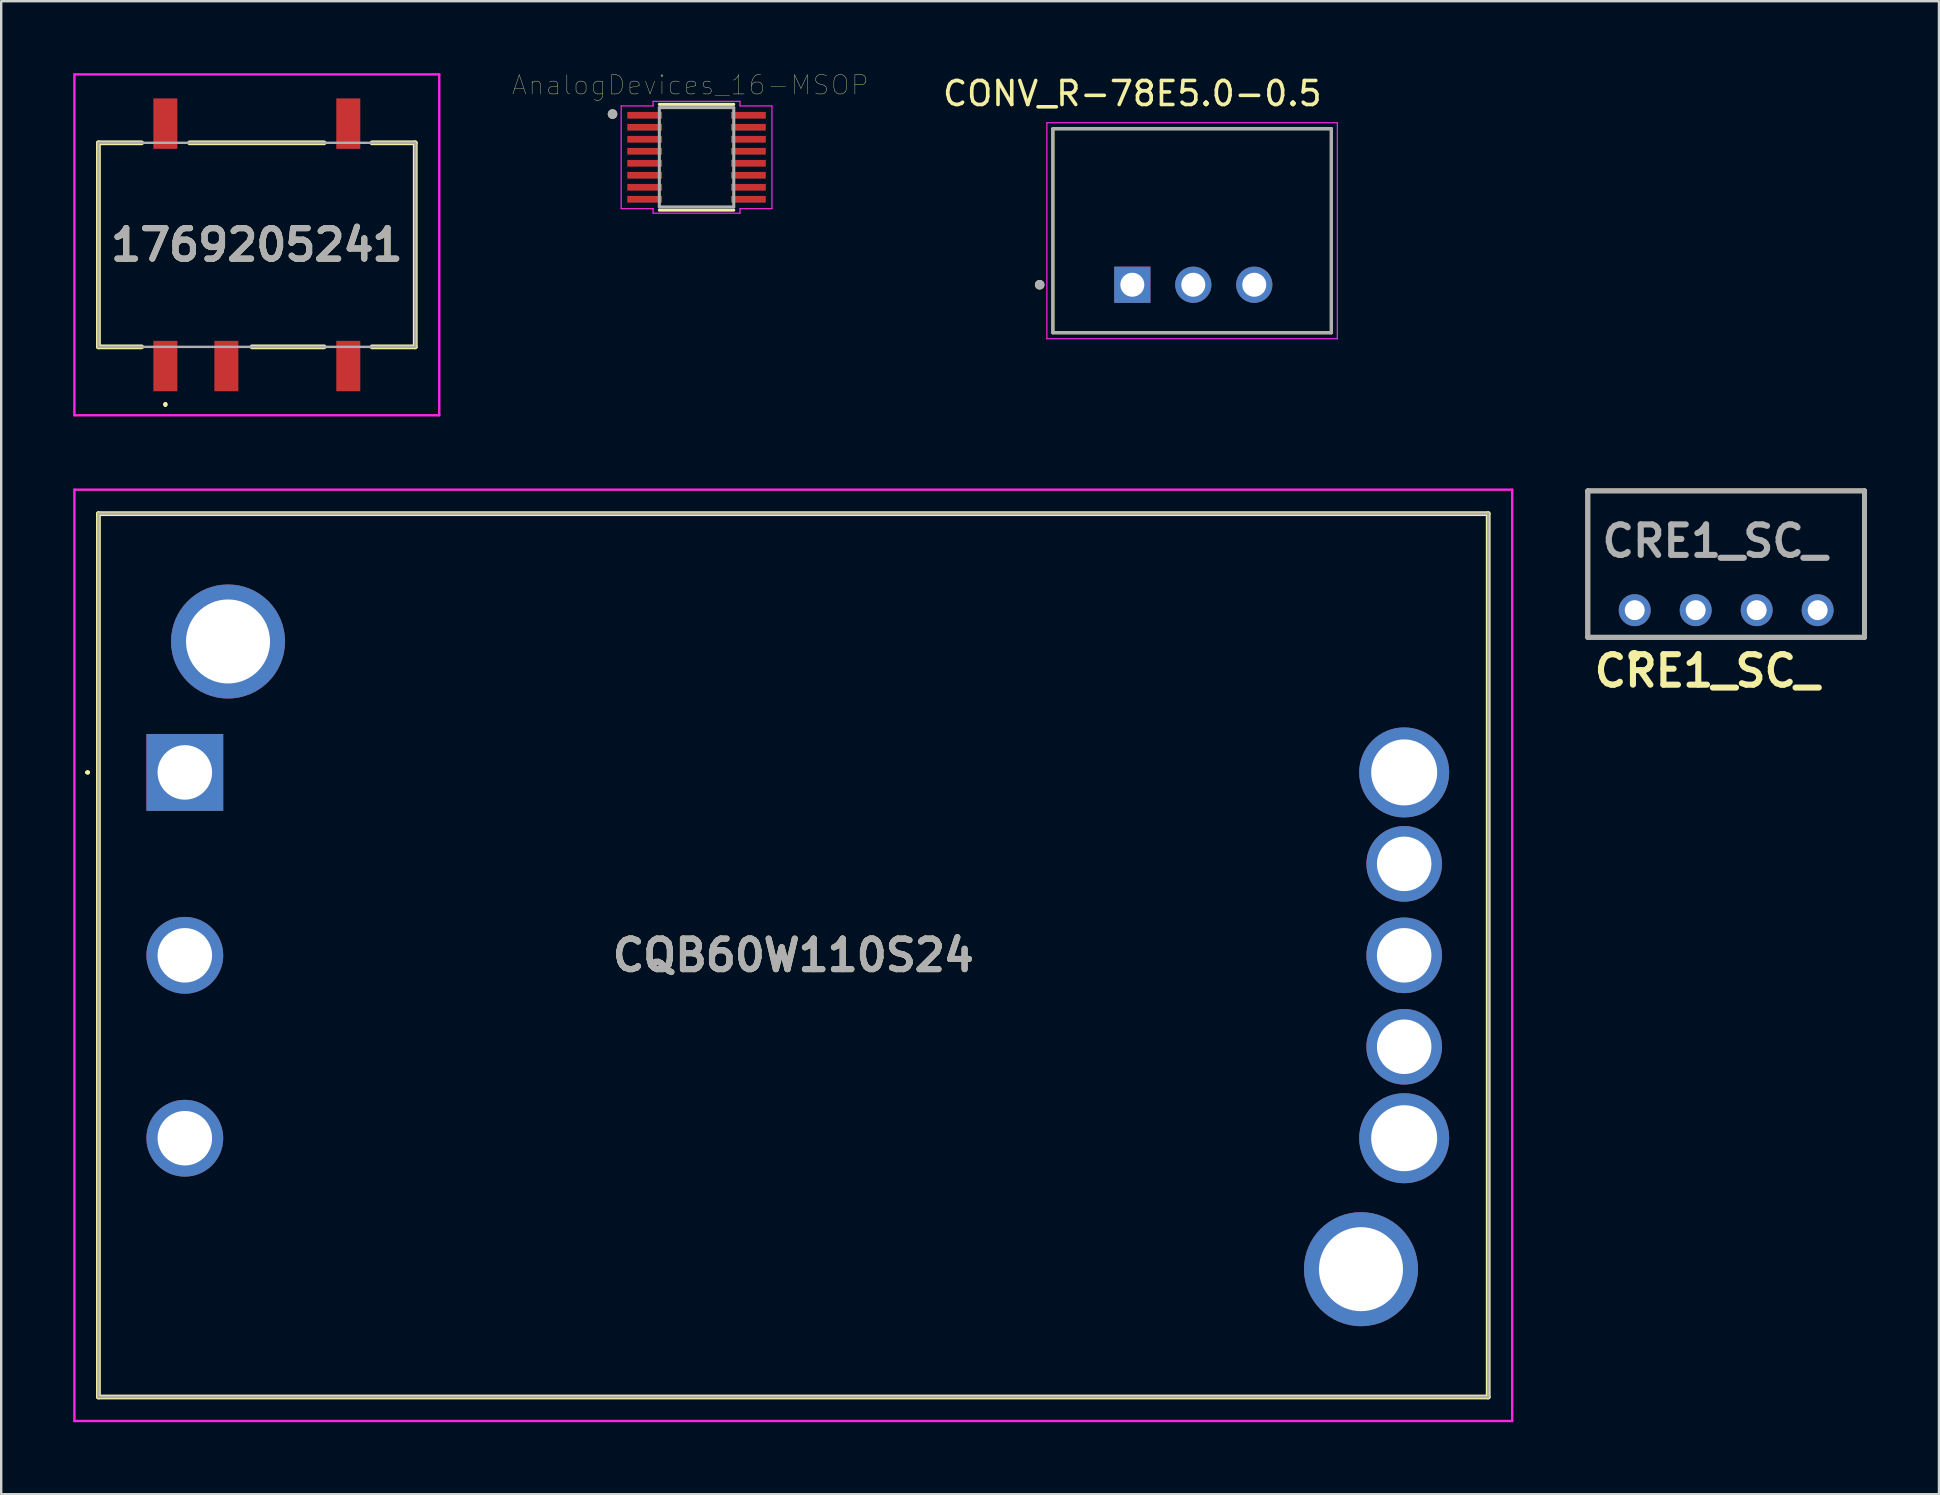
<source format=kicad_pcb>
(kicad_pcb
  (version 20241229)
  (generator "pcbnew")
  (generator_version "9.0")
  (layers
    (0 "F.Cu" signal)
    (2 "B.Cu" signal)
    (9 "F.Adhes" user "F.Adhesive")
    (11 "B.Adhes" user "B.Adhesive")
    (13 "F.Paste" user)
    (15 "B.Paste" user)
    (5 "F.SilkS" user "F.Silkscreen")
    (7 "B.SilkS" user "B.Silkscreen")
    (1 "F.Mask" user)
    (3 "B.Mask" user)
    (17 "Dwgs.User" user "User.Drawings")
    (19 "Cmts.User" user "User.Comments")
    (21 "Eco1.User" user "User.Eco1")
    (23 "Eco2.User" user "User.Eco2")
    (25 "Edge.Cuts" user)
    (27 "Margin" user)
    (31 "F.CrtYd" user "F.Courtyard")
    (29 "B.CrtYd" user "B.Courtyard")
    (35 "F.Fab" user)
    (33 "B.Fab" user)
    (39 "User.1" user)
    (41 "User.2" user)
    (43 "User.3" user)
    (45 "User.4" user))
  (footprint "1769205241"
    (layer "F.Cu")
    (at 7.65 7.15)
    (property "Reference" "1769205241" (at 0 0 0) (layer "F.SilkS") (effects (font (size 1.27 1.27) (thickness 0.254))))
    (attr smd)
    (fp_line (start -6.6 -4.25) (end -6.6 4.25) (stroke (width 0.2) (type solid)) (layer "F.SilkS"))
    (fp_line (start -6.6 4.25) (end -4.8 4.25) (stroke (width 0.2) (type solid)) (layer "F.SilkS"))
    (fp_line (start -4.8 -4.25) (end -6.6 -4.25) (stroke (width 0.2) (type solid)) (layer "F.SilkS"))
    (fp_line (start -3.81 6.6) (end -3.81 6.6) (stroke (width 0.1) (type solid)) (layer "F.SilkS"))
    (fp_line (start -3.81 6.7) (end -3.81 6.7) (stroke (width 0.1) (type solid)) (layer "F.SilkS"))
    (fp_line (start -0.2 4.25) (end 2.8 4.25) (stroke (width 0.2) (type solid)) (layer "F.SilkS"))
    (fp_line (start 2.8 -4.25) (end -2.8 -4.25) (stroke (width 0.2) (type solid)) (layer "F.SilkS"))
    (fp_line (start 4.8 4.25) (end 6.6 4.25) (stroke (width 0.2) (type solid)) (layer "F.SilkS"))
    (fp_line (start 6.6 -4.25) (end 4.8 -4.25) (stroke (width 0.2) (type solid)) (layer "F.SilkS"))
    (fp_line (start 6.6 4.25) (end 6.6 -4.25) (stroke (width 0.2) (type solid)) (layer "F.SilkS"))
    (fp_arc (start -3.81 6.6) (mid -3.76 6.65) (end -3.81 6.7) (stroke (width 0.1) (type solid)) (layer "F.SilkS"))
    (fp_arc (start -3.81 6.7) (mid -3.86 6.65) (end -3.81 6.6) (stroke (width 0.1) (type solid)) (layer "F.SilkS"))
    (fp_line (start -7.6 -7.1) (end 7.6 -7.1) (stroke (width 0.1) (type solid)) (layer "F.CrtYd"))
    (fp_line (start -7.6 7.1) (end -7.6 -7.1) (stroke (width 0.1) (type solid)) (layer "F.CrtYd"))
    (fp_line (start 7.6 -7.1) (end 7.6 7.1) (stroke (width 0.1) (type solid)) (layer "F.CrtYd"))
    (fp_line (start 7.6 7.1) (end -7.6 7.1) (stroke (width 0.1) (type solid)) (layer "F.CrtYd"))
    (fp_line (start -6.6 -4.25) (end -6.6 4.25) (stroke (width 0.1) (type solid)) (layer "F.Fab"))
    (fp_line (start -6.6 4.25) (end 6.6 4.25) (stroke (width 0.1) (type solid)) (layer "F.Fab"))
    (fp_line (start 6.6 -4.25) (end -6.6 -4.25) (stroke (width 0.1) (type solid)) (layer "F.Fab"))
    (fp_line (start 6.6 4.25) (end 6.6 -4.25) (stroke (width 0.1) (type solid)) (layer "F.Fab"))
    (fp_text user "${REFERENCE}" (at 0 0 0) (layer "F.Fab") (effects (font (size 1.27 1.27) (thickness 0.254))))
    (pad "1" smd rect (at -3.81 5.05) (size 1 2.1) (layers "F.Cu" "F.Mask" "F.Paste"))
    (pad "2" smd rect (at -1.27 5.05) (size 1 2.1) (layers "F.Cu" "F.Mask" "F.Paste"))
    (pad "4" smd rect (at 3.81 5.05) (size 1 2.1) (layers "F.Cu" "F.Mask" "F.Paste"))
    (pad "5" smd rect (at 3.81 -5.05) (size 1 2.1) (layers "F.Cu" "F.Mask" "F.Paste"))
    (pad "8" smd rect (at -3.81 -5.05) (size 1 2.1) (layers "F.Cu" "F.Mask" "F.Paste")))
  (footprint "CRE1_SC_"
    (layer "F.Cu")
    (at 68.865 23.5)
    (property "Reference" "CRE1_SC_" (at -0.8 1.4 0) (layer "F.SilkS") (effects (font (size 1.27 1.27) (thickness 0.254))))
    (attr through_hole)
    (fp_line (start -5.765 -6.1) (end 5.765 -6.1) (stroke (width 0.2) (type solid)) (layer "F.SilkS"))
    (fp_line (start -5.765 0) (end -5.765 -6.1) (stroke (width 0.2) (type solid)) (layer "F.SilkS"))
    (fp_line (start 5.765 -6.1) (end 5.765 0) (stroke (width 0.2) (type solid)) (layer "F.SilkS"))
    (fp_line (start 5.765 0) (end -5.765 0) (stroke (width 0.2) (type solid)) (layer "F.SilkS"))
    (fp_circle (center -3.827 0.776) (end -3.827 0.827) (stroke (width 0.2) (type solid)) (fill no) (layer "F.SilkS"))
    (fp_line (start -5.765 -6.1) (end 5.765 -6.1) (stroke (width 0.2) (type solid)) (layer "F.Fab"))
    (fp_line (start -5.765 0) (end -5.765 -6.1) (stroke (width 0.2) (type solid)) (layer "F.Fab"))
    (fp_line (start 5.765 -6.1) (end 5.765 0) (stroke (width 0.2) (type solid)) (layer "F.Fab"))
    (fp_line (start 5.765 0) (end -5.765 0) (stroke (width 0.2) (type solid)) (layer "F.Fab"))
    (fp_text user "${REFERENCE}" (at -0.475 -4.007 0) (layer "F.Fab") (effects (font (size 1.27 1.27) (thickness 0.254))))
    (pad "1" thru_hole circle (at -3.81 -1.13) (size 1.33 1.33) (drill 0.83) (layers "*.Cu" "*.Mask"))
    (pad "2" thru_hole circle (at -1.27 -1.13) (size 1.33 1.33) (drill 0.83) (layers "*.Cu" "*.Mask"))
    (pad "3" thru_hole circle (at 1.27 -1.13) (size 1.33 1.33) (drill 0.83) (layers "*.Cu" "*.Mask"))
    (pad "4" thru_hole circle (at 3.81 -1.13) (size 1.33 1.33) (drill 0.83) (layers "*.Cu" "*.Mask")))
  (footprint "AnalogDevices_16-MSOP"
    (layer "F.Cu")
    (at 25.969 3.502)
    (property "Reference" "AnalogDevices_16-MSOP" (at -0.26 -3.008 0) (layer "F.SilkS") (effects (font (size 0.8 0.8) (thickness 0.015))))
    (attr through_hole)
    (fp_line (start -1.55 -2.204) (end 1.55 -2.204) (stroke (width 0.127) (type solid)) (layer "F.SilkS"))
    (fp_line (start -1.55 2.204) (end 1.55 2.204) (stroke (width 0.127) (type solid)) (layer "F.SilkS"))
    (fp_circle (center -3.5 -1.8) (end -3.4 -1.8) (stroke (width 0.2) (type solid)) (fill no) (layer "F.SilkS"))
    (fp_line (start -3.14 -2.14) (end -1.81 -2.14) (stroke (width 0.05) (type solid)) (layer "F.CrtYd"))
    (fp_line (start -3.14 2.14) (end -3.14 -2.14) (stroke (width 0.05) (type solid)) (layer "F.CrtYd"))
    (fp_line (start -1.81 -2.33) (end 1.81 -2.33) (stroke (width 0.05) (type solid)) (layer "F.CrtYd"))
    (fp_line (start -1.81 -2.14) (end -1.81 -2.33) (stroke (width 0.05) (type solid)) (layer "F.CrtYd"))
    (fp_line (start -1.81 2.14) (end -3.14 2.14) (stroke (width 0.05) (type solid)) (layer "F.CrtYd"))
    (fp_line (start -1.81 2.33) (end -1.81 2.14) (stroke (width 0.05) (type solid)) (layer "F.CrtYd"))
    (fp_line (start 1.81 -2.33) (end 1.81 -2.14) (stroke (width 0.05) (type solid)) (layer "F.CrtYd"))
    (fp_line (start 1.81 -2.14) (end 3.14 -2.14) (stroke (width 0.05) (type solid)) (layer "F.CrtYd"))
    (fp_line (start 1.81 2.14) (end 1.81 2.33) (stroke (width 0.05) (type solid)) (layer "F.CrtYd"))
    (fp_line (start 1.81 2.33) (end -1.81 2.33) (stroke (width 0.05) (type solid)) (layer "F.CrtYd"))
    (fp_line (start 3.14 -2.14) (end 3.14 2.14) (stroke (width 0.05) (type solid)) (layer "F.CrtYd"))
    (fp_line (start 3.14 2.14) (end 1.81 2.14) (stroke (width 0.05) (type solid)) (layer "F.CrtYd"))
    (fp_line (start -1.55 -2.07) (end 1.55 -2.07) (stroke (width 0.127) (type solid)) (layer "F.Fab"))
    (fp_line (start -1.55 2.07) (end -1.55 -2.07) (stroke (width 0.127) (type solid)) (layer "F.Fab"))
    (fp_line (start 1.55 -2.07) (end 1.55 2.07) (stroke (width 0.127) (type solid)) (layer "F.Fab"))
    (fp_line (start 1.55 2.07) (end -1.55 2.07) (stroke (width 0.127) (type solid)) (layer "F.Fab"))
    (fp_circle (center -3.5 -1.8) (end -3.4 -1.8) (stroke (width 0.2) (type solid)) (fill no) (layer "F.Fab"))
    (pad "1" smd rect (at -2.16 -1.75) (size 1.45 0.28) (layers "F.Cu" "F.Mask" "F.Paste"))
    (pad "2" smd rect (at -2.16 -1.25) (size 1.45 0.28) (layers "F.Cu" "F.Mask" "F.Paste"))
    (pad "3" smd rect (at -2.16 -0.75) (size 1.45 0.28) (layers "F.Cu" "F.Mask" "F.Paste"))
    (pad "4" smd rect (at -2.16 -0.25) (size 1.45 0.28) (layers "F.Cu" "F.Mask" "F.Paste"))
    (pad "5" smd rect (at -2.16 0.25) (size 1.45 0.28) (layers "F.Cu" "F.Mask" "F.Paste"))
    (pad "6" smd rect (at -2.16 0.75) (size 1.45 0.28) (layers "F.Cu" "F.Mask" "F.Paste"))
    (pad "7" smd rect (at -2.16 1.25) (size 1.45 0.28) (layers "F.Cu" "F.Mask" "F.Paste"))
    (pad "8" smd rect (at -2.16 1.75) (size 1.45 0.28) (layers "F.Cu" "F.Mask" "F.Paste"))
    (pad "9" smd rect (at 2.16 1.75) (size 1.45 0.28) (layers "F.Cu" "F.Mask" "F.Paste"))
    (pad "10" smd rect (at 2.16 1.25) (size 1.45 0.28) (layers "F.Cu" "F.Mask" "F.Paste"))
    (pad "11" smd rect (at 2.16 0.75) (size 1.45 0.28) (layers "F.Cu" "F.Mask" "F.Paste"))
    (pad "12" smd rect (at 2.16 0.25) (size 1.45 0.28) (layers "F.Cu" "F.Mask" "F.Paste"))
    (pad "13" smd rect (at 2.16 -0.25) (size 1.45 0.28) (layers "F.Cu" "F.Mask" "F.Paste"))
    (pad "14" smd rect (at 2.16 -0.75) (size 1.45 0.28) (layers "F.Cu" "F.Mask" "F.Paste"))
    (pad "15" smd rect (at 2.16 -1.25) (size 1.45 0.28) (layers "F.Cu" "F.Mask" "F.Paste"))
    (pad "16" smd rect (at 2.16 -1.75) (size 1.45 0.28) (layers "F.Cu" "F.Mask" "F.Paste")))
  (footprint "CQB60W110S24"
    (layer "F.Cu")
    (at 4.65 29.13)
    (property "Reference" "CQB60W110S24" (at 25.35 7.62 0) (layer "F.SilkS") (effects (font (size 1.27 1.27) (thickness 0.254))))
    (attr through_hole)
    (fp_line (start -4.1 0) (end -4.1 0) (stroke (width 0.1) (type solid)) (layer "F.SilkS"))
    (fp_line (start -4 0) (end -4 0) (stroke (width 0.1) (type solid)) (layer "F.SilkS"))
    (fp_line (start -3.6 -10.78) (end -3.6 26.02) (stroke (width 0.2) (type solid)) (layer "F.SilkS"))
    (fp_line (start -3.6 26.02) (end 54.3 26.02) (stroke (width 0.2) (type solid)) (layer "F.SilkS"))
    (fp_line (start 54.3 -10.78) (end -3.6 -10.78) (stroke (width 0.2) (type solid)) (layer "F.SilkS"))
    (fp_line (start 54.3 26.02) (end 54.3 -10.78) (stroke (width 0.2) (type solid)) (layer "F.SilkS"))
    (fp_arc (start -4.1 0) (mid -4.05 -0.05) (end -4 0) (stroke (width 0.1) (type solid)) (layer "F.SilkS"))
    (fp_arc (start -4 0) (mid -4.05 0.05) (end -4.1 0) (stroke (width 0.1) (type solid)) (layer "F.SilkS"))
    (fp_line (start -4.6 -11.78) (end -4.6 27.02) (stroke (width 0.1) (type solid)) (layer "F.CrtYd"))
    (fp_line (start -4.6 27.02) (end 55.3 27.02) (stroke (width 0.1) (type solid)) (layer "F.CrtYd"))
    (fp_line (start 55.3 -11.78) (end -4.6 -11.78) (stroke (width 0.1) (type solid)) (layer "F.CrtYd"))
    (fp_line (start 55.3 27.02) (end 55.3 -11.78) (stroke (width 0.1) (type solid)) (layer "F.CrtYd"))
    (fp_line (start -3.6 -10.78) (end -3.6 26.02) (stroke (width 0.1) (type solid)) (layer "F.Fab"))
    (fp_line (start -3.6 26.02) (end 54.3 26.02) (stroke (width 0.1) (type solid)) (layer "F.Fab"))
    (fp_line (start 54.3 -10.78) (end -3.6 -10.78) (stroke (width 0.1) (type solid)) (layer "F.Fab"))
    (fp_line (start 54.3 26.02) (end 54.3 -10.78) (stroke (width 0.1) (type solid)) (layer "F.Fab"))
    (fp_text user "${REFERENCE}" (at 25.35 7.62 0) (layer "F.Fab") (effects (font (size 1.27 1.27) (thickness 0.254))))
    (pad "1" thru_hole rect (at 0 0) (size 3.2 3.2) (drill 2.27) (layers "*.Cu" "*.Mask"))
    (pad "2" thru_hole circle (at 0 7.62) (size 3.2 3.2) (drill 2.27) (layers "*.Cu" "*.Mask"))
    (pad "3" thru_hole circle (at 0 15.24) (size 3.2 3.2) (drill 2.27) (layers "*.Cu" "*.Mask"))
    (pad "4" thru_hole circle (at 50.8 15.24) (size 3.75 3.75) (drill 2.75) (layers "*.Cu" "*.Mask"))
    (pad "5" thru_hole circle (at 50.8 11.43) (size 3.15 3.15) (drill 2.27) (layers "*.Cu" "*.Mask"))
    (pad "6" thru_hole circle (at 50.8 7.62) (size 3.15 3.15) (drill 2.27) (layers "*.Cu" "*.Mask"))
    (pad "7" thru_hole circle (at 50.8 3.81) (size 3.15 3.15) (drill 2.27) (layers "*.Cu" "*.Mask"))
    (pad "8" thru_hole circle (at 50.8 0) (size 3.75 3.75) (drill 2.75) (layers "*.Cu" "*.Mask"))
    (pad "MH1" thru_hole circle (at 1.8 -5.455) (size 4.75 4.75) (drill 3.5) (layers "*.Cu" "*.Mask"))
    (pad "MH2" thru_hole circle (at 49 20.695) (size 4.75 4.75) (drill 3.5) (layers "*.Cu" "*.Mask")))
  (footprint "CONV_R-78E5.0-0.5"
    (layer "F.Cu")
    (at 46.664 6.563)
    (property "Reference" "CONV_R-78E5.0-0.5" (at -2.54 -5.715 0) (layer "F.SilkS") (effects (font (size 1 1) (thickness 0.15))))
    (attr through_hole)
    (fp_line (start -5.85 -4.25) (end -5.85 4.25) (stroke (width 0.127) (type solid)) (layer "F.SilkS"))
    (fp_line (start -5.85 4.25) (end 5.75 4.25) (stroke (width 0.127) (type solid)) (layer "F.SilkS"))
    (fp_line (start 5.75 -4.25) (end -5.85 -4.25) (stroke (width 0.127) (type solid)) (layer "F.SilkS"))
    (fp_line (start 5.75 4.25) (end 5.75 -4.25) (stroke (width 0.127) (type solid)) (layer "F.SilkS"))
    (fp_circle (center -6.4 2.25) (end -6.3 2.25) (stroke (width 0.2) (type solid)) (fill no) (layer "F.SilkS"))
    (fp_line (start -6.1 -4.5) (end -6.1 4.5) (stroke (width 0.05) (type solid)) (layer "F.CrtYd"))
    (fp_line (start -6.1 4.5) (end 6 4.5) (stroke (width 0.05) (type solid)) (layer "F.CrtYd"))
    (fp_line (start 6 -4.5) (end -6.1 -4.5) (stroke (width 0.05) (type solid)) (layer "F.CrtYd"))
    (fp_line (start 6 4.5) (end 6 -4.5) (stroke (width 0.05) (type solid)) (layer "F.CrtYd"))
    (fp_line (start -5.85 -4.25) (end -5.85 4.25) (stroke (width 0.127) (type solid)) (layer "F.Fab"))
    (fp_line (start -5.85 4.25) (end 5.75 4.25) (stroke (width 0.127) (type solid)) (layer "F.Fab"))
    (fp_line (start 5.75 -4.25) (end -5.85 -4.25) (stroke (width 0.127) (type solid)) (layer "F.Fab"))
    (fp_line (start 5.75 4.25) (end 5.75 -4.25) (stroke (width 0.127) (type solid)) (layer "F.Fab"))
    (fp_circle (center -6.4 2.25) (end -6.3 2.25) (stroke (width 0.2) (type solid)) (fill no) (layer "F.Fab"))
    (pad "1" thru_hole rect (at -2.54 2.25) (size 1.508 1.508) (drill 1) (layers "*.Cu" "*.Mask"))
    (pad "2" thru_hole circle (at 0 2.25) (size 1.508 1.508) (drill 1) (layers "*.Cu" "*.Mask"))
    (pad "3" thru_hole circle (at 2.54 2.25) (size 1.508 1.508) (drill 1) (layers "*.Cu" "*.Mask")))
  (gr_rect
    (start -3 -3)
    (end 77.73 59.2)
    (stroke (width 0.1) (type default))
    (fill no)
    (layer "Edge.Cuts")))
</source>
